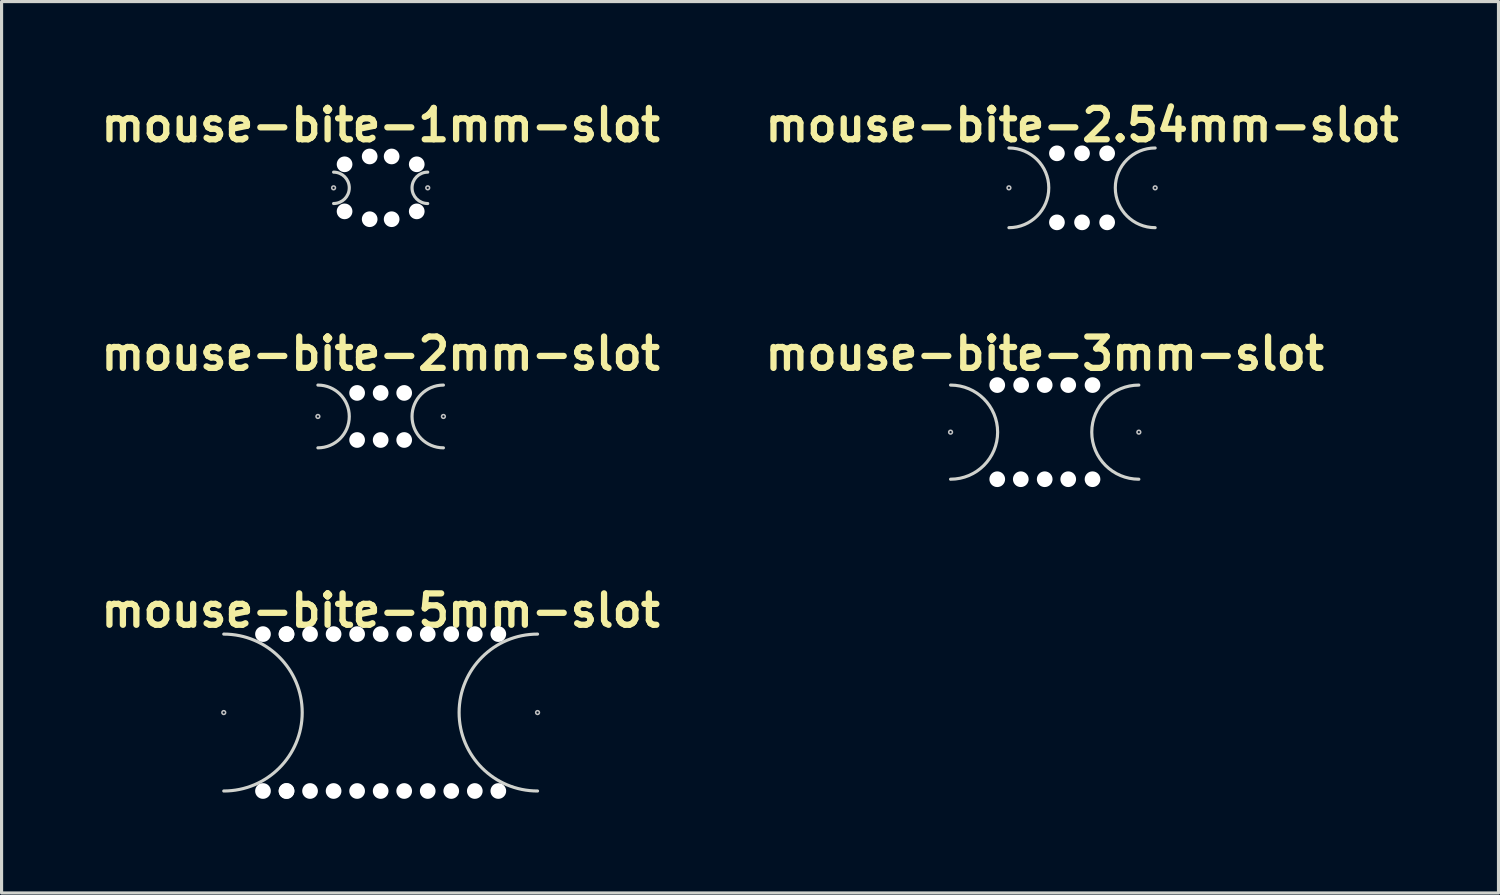
<source format=kicad_pcb>
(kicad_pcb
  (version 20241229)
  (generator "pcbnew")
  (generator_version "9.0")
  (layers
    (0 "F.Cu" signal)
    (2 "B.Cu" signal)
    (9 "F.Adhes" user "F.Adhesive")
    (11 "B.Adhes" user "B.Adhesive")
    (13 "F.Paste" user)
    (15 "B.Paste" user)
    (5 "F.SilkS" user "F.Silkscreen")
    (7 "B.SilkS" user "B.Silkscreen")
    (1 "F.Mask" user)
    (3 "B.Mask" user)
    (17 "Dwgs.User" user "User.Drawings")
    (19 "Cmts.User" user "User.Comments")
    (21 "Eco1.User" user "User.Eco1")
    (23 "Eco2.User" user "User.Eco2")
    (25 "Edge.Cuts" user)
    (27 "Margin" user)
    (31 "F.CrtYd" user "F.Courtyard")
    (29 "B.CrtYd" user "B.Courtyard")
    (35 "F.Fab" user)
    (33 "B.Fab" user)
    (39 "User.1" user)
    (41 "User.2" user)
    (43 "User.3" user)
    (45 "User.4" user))
  (footprint "mouse-bite-3mm-slot"
    (layer "F.Cu")
    (at 30.243 10.722)
    (property "Reference" "mouse-bite-3mm-slot" (at 0 -2.5 0) (layer "F.SilkS") (effects (font (size 1 1) (thickness 0.2))))
    (attr through_hole board_only exclude_from_bom allow_missing_courtyard)
    (fp_circle (center -3 0) (end -3 -0.06) (stroke (width 0.05) (type solid)) (fill no) (layer "Dwgs.User"))
    (fp_circle (center 3 0) (end 3.06 0) (stroke (width 0.05) (type solid)) (fill no) (layer "Dwgs.User"))
    (fp_line (start -3 0) (end -3 0) (stroke (width 3) (type solid)) (layer "Eco1.User"))
    (fp_line (start 3 0) (end 3 0) (stroke (width 3) (type solid)) (layer "Eco1.User"))
    (fp_arc (start -3 -1.5) (mid -1.5 0) (end -3 1.5) (stroke (width 0.1) (type solid)) (layer "Edge.Cuts"))
    (fp_arc (start 3 1.5) (mid 1.5 0) (end 3 -1.5) (stroke (width 0.1) (type solid)) (layer "Edge.Cuts"))
    (pad "" np_thru_hole circle (at -1.512 -1.5) (size 0.5 0.5) (drill 0.5) (layers "*.Cu" "*.Mask"))
    (pad "" np_thru_hole circle (at -1.512 1.5) (size 0.5 0.5) (drill 0.5) (layers "*.Cu" "*.Mask"))
    (pad "" np_thru_hole circle (at -0.762 1.5) (size 0.5 0.5) (drill 0.5) (layers "*.Cu" "*.Mask"))
    (pad "" np_thru_hole circle (at -0.75 -1.5) (size 0.5 0.5) (drill 0.5) (layers "*.Cu" "*.Mask"))
    (pad "" np_thru_hole circle (at 0 -1.5) (size 0.5 0.5) (drill 0.5) (layers "*.Cu" "*.Mask"))
    (pad "" np_thru_hole circle (at 0 1.5) (size 0.5 0.5) (drill 0.5) (layers "*.Cu" "*.Mask"))
    (pad "" np_thru_hole circle (at 0.75 -1.5) (size 0.5 0.5) (drill 0.5) (layers "*.Cu" "*.Mask"))
    (pad "" np_thru_hole circle (at 0.75 1.5) (size 0.5 0.5) (drill 0.5) (layers "*.Cu" "*.Mask"))
    (pad "" np_thru_hole circle (at 1.524 -1.5) (size 0.5 0.5) (drill 0.5) (layers "*.Cu" "*.Mask"))
    (pad "" np_thru_hole circle (at 1.524 1.5) (size 0.5 0.5) (drill 0.5) (layers "*.Cu" "*.Mask")))
  (footprint "mouse-bite-2.54mm-slot"
    (layer "F.Cu")
    (at 31.433 2.936)
    (property "Reference" "mouse-bite-2.54mm-slot" (at 0 -2 0) (layer "F.SilkS") (effects (font (size 1 1) (thickness 0.2))))
    (attr through_hole board_only exclude_from_bom allow_missing_courtyard)
    (fp_circle (center -2.33 0) (end -2.27 0) (stroke (width 0.05) (type solid)) (fill no) (layer "Dwgs.User"))
    (fp_circle (center 2.33 0) (end 2.33 -0.06) (stroke (width 0.05) (type solid)) (fill no) (layer "Dwgs.User"))
    (fp_line (start -2.33 0) (end -2.33 0) (stroke (width 2.54) (type solid)) (layer "Eco1.User"))
    (fp_line (start 2.33 0) (end 2.33 0) (stroke (width 2.54) (type solid)) (layer "Eco1.User"))
    (fp_arc (start -2.33 -1.27) (mid -1.06 0) (end -2.33 1.27) (stroke (width 0.1) (type solid)) (layer "Edge.Cuts"))
    (fp_arc (start 2.33 1.27) (mid 1.06 0) (end 2.33 -1.27) (stroke (width 0.1) (type solid)) (layer "Edge.Cuts"))
    (pad "" np_thru_hole circle (at -0.8 -1.1) (size 0.5 0.5) (drill 0.5) (layers "*.Cu" "*.Mask"))
    (pad "" np_thru_hole circle (at -0.8 1.1) (size 0.5 0.5) (drill 0.5) (layers "*.Cu" "*.Mask"))
    (pad "" np_thru_hole circle (at 0 -1.1) (size 0.5 0.5) (drill 0.5) (layers "*.Cu" "*.Mask"))
    (pad "" np_thru_hole circle (at 0 1.1) (size 0.5 0.5) (drill 0.5) (layers "*.Cu" "*.Mask"))
    (pad "" np_thru_hole circle (at 0.8 -1.1) (size 0.5 0.5) (drill 0.5) (layers "*.Cu" "*.Mask"))
    (pad "" np_thru_hole circle (at 0.8 1.1) (size 0.5 0.5) (drill 0.5) (layers "*.Cu" "*.Mask")))
  (footprint "mouse-bite-5mm-slot"
    (layer "F.Cu")
    (at 9.081 19.658)
    (property "Reference" "mouse-bite-5mm-slot" (at 0 -3.25 0) (layer "F.SilkS") (effects (font (size 1 1) (thickness 0.2))))
    (attr through_hole board_only exclude_from_bom allow_missing_courtyard)
    (fp_circle (center -5 0) (end -4.94 0) (stroke (width 0.05) (type solid)) (fill no) (layer "Dwgs.User"))
    (fp_circle (center 5 0) (end 5.06 0) (stroke (width 0.05) (type solid)) (fill no) (layer "Dwgs.User"))
    (fp_line (start -5 0) (end -5 0) (stroke (width 5) (type solid)) (layer "Eco1.User"))
    (fp_line (start 5 0) (end 5 0) (stroke (width 5) (type solid)) (layer "Eco1.User"))
    (fp_arc (start -5 -2.5) (mid -2.5 0) (end -5 2.5) (stroke (width 0.1) (type solid)) (layer "Edge.Cuts"))
    (fp_arc (start 5 2.5) (mid 2.5 0) (end 5 -2.5) (stroke (width 0.1) (type solid)) (layer "Edge.Cuts"))
    (pad "" np_thru_hole circle (at -3.75 -2.5) (size 0.5 0.5) (drill 0.5) (layers "*.Cu" "*.Mask"))
    (pad "" np_thru_hole circle (at -3.75 2.5) (size 0.5 0.5) (drill 0.5) (layers "*.Cu" "*.Mask"))
    (pad "" np_thru_hole circle (at -3 -2.5) (size 0.5 0.5) (drill 0.5) (layers "*.Cu" "*.Mask"))
    (pad "" np_thru_hole circle (at -3 -2.5) (size 0.5 0.5) (drill 0.5) (layers "*.Cu" "*.Mask"))
    (pad "" np_thru_hole circle (at -3 2.5) (size 0.5 0.5) (drill 0.5) (layers "*.Cu" "*.Mask"))
    (pad "" np_thru_hole circle (at -3 2.5) (size 0.5 0.5) (drill 0.5) (layers "*.Cu" "*.Mask"))
    (pad "" np_thru_hole circle (at -2.25 -2.5) (size 0.5 0.5) (drill 0.5) (layers "*.Cu" "*.Mask"))
    (pad "" np_thru_hole circle (at -2.25 2.5) (size 0.5 0.5) (drill 0.5) (layers "*.Cu" "*.Mask"))
    (pad "" np_thru_hole circle (at -1.5 -2.5) (size 0.5 0.5) (drill 0.5) (layers "*.Cu" "*.Mask"))
    (pad "" np_thru_hole circle (at -1.5 2.5) (size 0.5 0.5) (drill 0.5) (layers "*.Cu" "*.Mask"))
    (pad "" np_thru_hole circle (at -0.75 -2.5) (size 0.5 0.5) (drill 0.5) (layers "*.Cu" "*.Mask"))
    (pad "" np_thru_hole circle (at -0.75 2.5) (size 0.5 0.5) (drill 0.5) (layers "*.Cu" "*.Mask"))
    (pad "" np_thru_hole circle (at 0 -2.5) (size 0.5 0.5) (drill 0.5) (layers "*.Cu" "*.Mask"))
    (pad "" np_thru_hole circle (at 0 2.5) (size 0.5 0.5) (drill 0.5) (layers "*.Cu" "*.Mask"))
    (pad "" np_thru_hole circle (at 0.75 -2.5) (size 0.5 0.5) (drill 0.5) (layers "*.Cu" "*.Mask"))
    (pad "" np_thru_hole circle (at 0.75 2.5) (size 0.5 0.5) (drill 0.5) (layers "*.Cu" "*.Mask"))
    (pad "" np_thru_hole circle (at 1.5 -2.5) (size 0.5 0.5) (drill 0.5) (layers "*.Cu" "*.Mask"))
    (pad "" np_thru_hole circle (at 1.5 2.5) (size 0.5 0.5) (drill 0.5) (layers "*.Cu" "*.Mask"))
    (pad "" np_thru_hole circle (at 2.25 -2.5) (size 0.5 0.5) (drill 0.5) (layers "*.Cu" "*.Mask"))
    (pad "" np_thru_hole circle (at 2.25 2.5) (size 0.5 0.5) (drill 0.5) (layers "*.Cu" "*.Mask"))
    (pad "" np_thru_hole circle (at 3 -2.5) (size 0.5 0.5) (drill 0.5) (layers "*.Cu" "*.Mask"))
    (pad "" np_thru_hole circle (at 3 2.5) (size 0.5 0.5) (drill 0.5) (layers "*.Cu" "*.Mask"))
    (pad "" np_thru_hole circle (at 3.75 -2.5) (size 0.5 0.5) (drill 0.5) (layers "*.Cu" "*.Mask"))
    (pad "" np_thru_hole circle (at 3.75 2.5) (size 0.5 0.5) (drill 0.5) (layers "*.Cu" "*.Mask")))
  (footprint "mouse-bite-2mm-slot"
    (layer "F.Cu")
    (at 9.081 10.222)
    (property "Reference" "mouse-bite-2mm-slot" (at 0 -2 0) (layer "F.SilkS") (effects (font (size 1 1) (thickness 0.2))))
    (attr through_hole board_only exclude_from_bom allow_missing_courtyard)
    (fp_circle (center -2 0) (end -2 -0.06) (stroke (width 0.05) (type solid)) (fill no) (layer "Dwgs.User"))
    (fp_circle (center 2 0) (end 2.06 0) (stroke (width 0.05) (type solid)) (fill no) (layer "Dwgs.User"))
    (fp_line (start -2 0) (end -2 0) (stroke (width 2) (type solid)) (layer "Eco1.User"))
    (fp_line (start 2 0) (end 2 0) (stroke (width 2) (type solid)) (layer "Eco1.User"))
    (fp_arc (start -2 -1) (mid -1 0) (end -2 1) (stroke (width 0.1) (type solid)) (layer "Edge.Cuts"))
    (fp_arc (start 2 1) (mid 1 0) (end 2 -1) (stroke (width 0.1) (type solid)) (layer "Edge.Cuts"))
    (pad "" np_thru_hole circle (at -0.75 -0.75) (size 0.5 0.5) (drill 0.5) (layers "*.Cu" "*.Mask"))
    (pad "" np_thru_hole circle (at -0.75 0.75) (size 0.5 0.5) (drill 0.5) (layers "*.Cu" "*.Mask"))
    (pad "" np_thru_hole circle (at 0 -0.75) (size 0.5 0.5) (drill 0.5) (layers "*.Cu" "*.Mask"))
    (pad "" np_thru_hole circle (at 0 0.75) (size 0.5 0.5) (drill 0.5) (layers "*.Cu" "*.Mask"))
    (pad "" np_thru_hole circle (at 0.75 -0.75) (size 0.5 0.5) (drill 0.5) (layers "*.Cu" "*.Mask"))
    (pad "" np_thru_hole circle (at 0.75 0.75) (size 0.5 0.5) (drill 0.5) (layers "*.Cu" "*.Mask")))
  (footprint "mouse-bite-1mm-slot"
    (layer "F.Cu")
    (at 9.081 2.936)
    (property "Reference" "mouse-bite-1mm-slot" (at 0 -2 0) (layer "F.SilkS") (effects (font (size 1 1) (thickness 0.2))))
    (attr through_hole board_only exclude_from_bom allow_missing_courtyard)
    (fp_circle (center -1.5 0) (end -1.44 0) (stroke (width 0.05) (type solid)) (fill no) (layer "Dwgs.User"))
    (fp_circle (center 1.5 0) (end 1.56 0) (stroke (width 0.05) (type solid)) (fill no) (layer "Dwgs.User"))
    (fp_line (start -1.5 0) (end -1.5 0) (stroke (width 1) (type solid)) (layer "Eco1.User"))
    (fp_line (start 1.5 0) (end 1.5 0) (stroke (width 1) (type solid)) (layer "Eco1.User"))
    (fp_arc (start -1.5 -0.5) (mid -1 0) (end -1.5 0.5) (stroke (width 0.1) (type solid)) (layer "Edge.Cuts"))
    (fp_arc (start 1.5 0.5) (mid 1 0) (end 1.5 -0.5) (stroke (width 0.1) (type solid)) (layer "Edge.Cuts"))
    (pad "" np_thru_hole circle (at -1.15 -0.75) (size 0.5 0.5) (drill 0.5) (layers "*.Cu" "*.Mask"))
    (pad "" np_thru_hole circle (at -1.15 0.75) (size 0.5 0.5) (drill 0.5) (layers "*.Cu" "*.Mask"))
    (pad "" np_thru_hole circle (at -0.35 -1) (size 0.5 0.5) (drill 0.5) (layers "*.Cu" "*.Mask"))
    (pad "" np_thru_hole circle (at -0.35 1) (size 0.5 0.5) (drill 0.5) (layers "*.Cu" "*.Mask"))
    (pad "" np_thru_hole circle (at 0.35 -1) (size 0.5 0.5) (drill 0.5) (layers "*.Cu" "*.Mask"))
    (pad "" np_thru_hole circle (at 0.35 1) (size 0.5 0.5) (drill 0.5) (layers "*.Cu" "*.Mask"))
    (pad "" np_thru_hole circle (at 1.15 -0.75) (size 0.5 0.5) (drill 0.5) (layers "*.Cu" "*.Mask"))
    (pad "" np_thru_hole circle (at 1.15 0.75) (size 0.5 0.5) (drill 0.5) (layers "*.Cu" "*.Mask")))
  (gr_rect
    (start -3 -3)
    (end 44.705 25.408)
    (stroke (width 0.1) (type default))
    (fill no)
    (layer "Edge.Cuts")))
</source>
